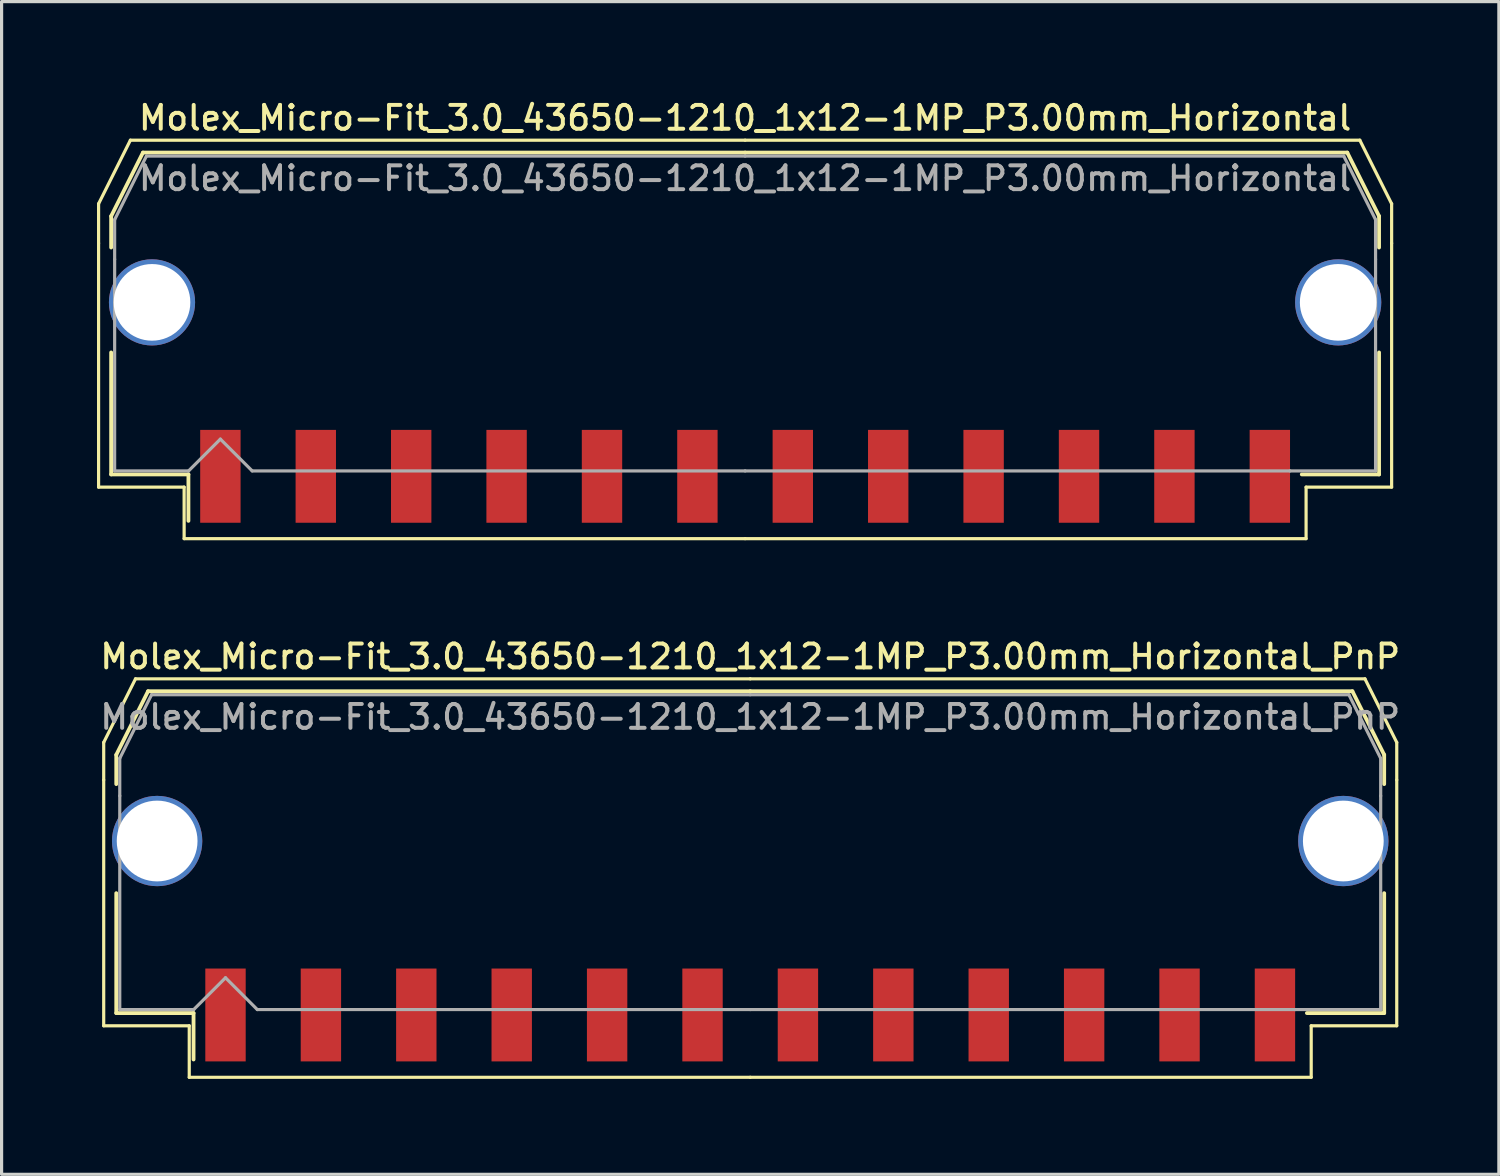
<source format=kicad_pcb>
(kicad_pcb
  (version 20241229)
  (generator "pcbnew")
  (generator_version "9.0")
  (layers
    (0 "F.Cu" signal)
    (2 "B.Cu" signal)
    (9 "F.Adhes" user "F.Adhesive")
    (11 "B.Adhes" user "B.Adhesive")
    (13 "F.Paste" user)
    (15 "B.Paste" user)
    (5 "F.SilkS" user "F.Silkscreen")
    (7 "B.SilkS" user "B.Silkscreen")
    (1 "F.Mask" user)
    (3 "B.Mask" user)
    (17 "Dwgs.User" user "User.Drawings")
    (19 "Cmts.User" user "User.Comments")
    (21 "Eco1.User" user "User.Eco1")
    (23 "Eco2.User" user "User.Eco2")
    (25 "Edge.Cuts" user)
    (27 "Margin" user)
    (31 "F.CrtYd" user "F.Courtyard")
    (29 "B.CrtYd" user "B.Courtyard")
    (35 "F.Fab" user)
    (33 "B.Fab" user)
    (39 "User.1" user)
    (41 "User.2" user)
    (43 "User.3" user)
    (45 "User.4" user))
  (footprint "Molex_Micro-Fit_3.0_43650-1210_1x12-1MP_P3.00mm_Horizontal"
    (layer "F.Cu")
    (at 20.38 6.808)
    (property "Reference" "Molex_Micro-Fit_3.0_43650-1210_1x12-1MP_P3.00mm_Horizontal" (at 0 -6.15 0) (layer "F.SilkS") (effects (font (size 0.75 0.75) (thickness 0.125))))
    (attr smd)
    (fp_line (start -20.33 -3.45) (end -20.33 -2.21) (stroke (width 0.1) (type solid)) (layer "F.SilkS"))
    (fp_line (start -20.33 -2.21) (end -20.33 5.46) (stroke (width 0.1) (type solid)) (layer "F.SilkS"))
    (fp_line (start -20.33 5.46) (end -17.64 5.46) (stroke (width 0.1) (type solid)) (layer "F.SilkS"))
    (fp_line (start -19.935 -3.06) (end -19.935 -2.075) (stroke (width 0.12) (type solid)) (layer "F.SilkS"))
    (fp_line (start -19.935 1.225) (end -19.935 5.06) (stroke (width 0.12) (type solid)) (layer "F.SilkS"))
    (fp_line (start -19.935 5.06) (end -17.505 5.06) (stroke (width 0.12) (type solid)) (layer "F.SilkS"))
    (fp_line (start -19.33 -5.45) (end -20.33 -3.45) (stroke (width 0.1) (type solid)) (layer "F.SilkS"))
    (fp_line (start -18.935 -5.06) (end -19.935 -3.06) (stroke (width 0.12) (type solid)) (layer "F.SilkS"))
    (fp_line (start -17.64 5.46) (end -17.64 7.08) (stroke (width 0.1) (type solid)) (layer "F.SilkS"))
    (fp_line (start -17.64 7.08) (end 0 7.08) (stroke (width 0.1) (type solid)) (layer "F.SilkS"))
    (fp_line (start -17.505 5.06) (end -17.505 6.52) (stroke (width 0.12) (type solid)) (layer "F.SilkS"))
    (fp_line (start 0 -5.45) (end -19.33 -5.45) (stroke (width 0.1) (type solid)) (layer "F.SilkS"))
    (fp_line (start 0 -5.45) (end 19.33 -5.45) (stroke (width 0.1) (type solid)) (layer "F.SilkS"))
    (fp_line (start 0 -5.06) (end -18.935 -5.06) (stroke (width 0.12) (type solid)) (layer "F.SilkS"))
    (fp_line (start 0 -5.06) (end 18.935 -5.06) (stroke (width 0.12) (type solid)) (layer "F.SilkS"))
    (fp_line (start 17.64 5.46) (end 17.64 7.08) (stroke (width 0.1) (type solid)) (layer "F.SilkS"))
    (fp_line (start 17.64 7.08) (end 0 7.08) (stroke (width 0.1) (type solid)) (layer "F.SilkS"))
    (fp_line (start 18.935 -5.06) (end 19.935 -3.06) (stroke (width 0.12) (type solid)) (layer "F.SilkS"))
    (fp_line (start 19.33 -5.45) (end 20.33 -3.45) (stroke (width 0.1) (type solid)) (layer "F.SilkS"))
    (fp_line (start 19.935 -3.06) (end 19.935 -2.075) (stroke (width 0.12) (type solid)) (layer "F.SilkS"))
    (fp_line (start 19.935 1.225) (end 19.935 5.06) (stroke (width 0.12) (type solid)) (layer "F.SilkS"))
    (fp_line (start 19.935 5.06) (end 17.505 5.06) (stroke (width 0.12) (type solid)) (layer "F.SilkS"))
    (fp_line (start 20.33 -3.45) (end 20.33 -2.21) (stroke (width 0.1) (type solid)) (layer "F.SilkS"))
    (fp_line (start 20.33 -2.21) (end 20.33 5.46) (stroke (width 0.1) (type solid)) (layer "F.SilkS"))
    (fp_line (start 20.33 5.46) (end 17.64 5.46) (stroke (width 0.1) (type solid)) (layer "F.SilkS"))
    (fp_line (start -19.825 -2.95) (end -19.825 -1.705) (stroke (width 0.1) (type solid)) (layer "F.Fab"))
    (fp_line (start -19.825 -1.705) (end -19.825 4.95) (stroke (width 0.1) (type solid)) (layer "F.Fab"))
    (fp_line (start -19.825 4.95) (end -17.5 4.95) (stroke (width 0.1) (type solid)) (layer "F.Fab"))
    (fp_line (start -18.825 -4.95) (end -19.825 -2.95) (stroke (width 0.1) (type solid)) (layer "F.Fab"))
    (fp_line (start -17.5 4.95) (end -16.5 3.95) (stroke (width 0.1) (type solid)) (layer "F.Fab"))
    (fp_line (start -16.5 3.95) (end -15.5 4.95) (stroke (width 0.1) (type solid)) (layer "F.Fab"))
    (fp_line (start -15.5 4.95) (end 0 4.95) (stroke (width 0.1) (type solid)) (layer "F.Fab"))
    (fp_line (start 0 -4.95) (end -18.825 -4.95) (stroke (width 0.1) (type solid)) (layer "F.Fab"))
    (fp_line (start 0 -4.95) (end 18.825 -4.95) (stroke (width 0.1) (type solid)) (layer "F.Fab"))
    (fp_line (start 17.135 4.95) (end 0 4.95) (stroke (width 0.1) (type solid)) (layer "F.Fab"))
    (fp_line (start 18.825 -4.95) (end 19.825 -2.95) (stroke (width 0.1) (type solid)) (layer "F.Fab"))
    (fp_line (start 19.825 -2.95) (end 19.825 -1.705) (stroke (width 0.1) (type solid)) (layer "F.Fab"))
    (fp_line (start 19.825 -1.705) (end 19.825 4.95) (stroke (width 0.1) (type solid)) (layer "F.Fab"))
    (fp_line (start 19.825 4.95) (end 17.135 4.95) (stroke (width 0.1) (type solid)) (layer "F.Fab"))
    (fp_text user "${REFERENCE}" (at 0 -4.25 0) (layer "F.Fab") (effects (font (size 0.75 0.75) (thickness 0.125))))
    (pad "1" smd rect (at -16.5 5.12) (size 1.27 2.92) (layers "F.Cu" "F.Mask" "F.Paste"))
    (pad "2" smd rect (at -13.5 5.12) (size 1.27 2.92) (layers "F.Cu" "F.Mask" "F.Paste"))
    (pad "3" smd rect (at -10.5 5.12) (size 1.27 2.92) (layers "F.Cu" "F.Mask" "F.Paste"))
    (pad "4" smd rect (at -7.5 5.12) (size 1.27 2.92) (layers "F.Cu" "F.Mask" "F.Paste"))
    (pad "5" smd rect (at -4.5 5.12) (size 1.27 2.92) (layers "F.Cu" "F.Mask" "F.Paste"))
    (pad "6" smd rect (at -1.5 5.12) (size 1.27 2.92) (layers "F.Cu" "F.Mask" "F.Paste"))
    (pad "7" smd rect (at 1.5 5.12) (size 1.27 2.92) (layers "F.Cu" "F.Mask" "F.Paste"))
    (pad "8" smd rect (at 4.5 5.12) (size 1.27 2.92) (layers "F.Cu" "F.Mask" "F.Paste"))
    (pad "9" smd rect (at 7.5 5.12) (size 1.27 2.92) (layers "F.Cu" "F.Mask" "F.Paste"))
    (pad "10" smd rect (at 10.5 5.12) (size 1.27 2.92) (layers "F.Cu" "F.Mask" "F.Paste"))
    (pad "11" smd rect (at 13.5 5.12) (size 1.27 2.92) (layers "F.Cu" "F.Mask" "F.Paste"))
    (pad "12" smd rect (at 16.5 5.12) (size 1.27 2.92) (layers "F.Cu" "F.Mask" "F.Paste"))
    (pad "MP" thru_hole circle (at -18.65 -0.35) (size 2.71 2.71) (drill 2.41) (property pad_prop_heatsink) (layers "*.Cu" "*.Mask"))
    (pad "MP" thru_hole circle (at 18.65 -0.35) (size 2.71 2.71) (drill 2.41) (property pad_prop_heatsink) (layers "*.Cu" "*.Mask")))
  (footprint "Molex_Micro-Fit_3.0_43650-1210_1x12-1MP_P3.00mm_Horizontal_PnP"
    (layer "F.Cu")
    (at 20.541 23.746)
    (property "Reference" "Molex_Micro-Fit_3.0_43650-1210_1x12-1MP_P3.00mm_Horizontal_PnP" (at 0 -6.15 0) (layer "F.SilkS") (effects (font (size 0.75 0.75) (thickness 0.125))))
    (attr smd)
    (fp_line (start -20.33 -3.45) (end -20.33 -2.27) (stroke (width 0.1) (type solid)) (layer "F.SilkS"))
    (fp_line (start -20.33 -2.27) (end -20.33 5.46) (stroke (width 0.1) (type solid)) (layer "F.SilkS"))
    (fp_line (start -20.33 5.46) (end -17.64 5.46) (stroke (width 0.1) (type solid)) (layer "F.SilkS"))
    (fp_line (start -19.935 -3.06) (end -19.935 -2.14) (stroke (width 0.12) (type solid)) (layer "F.SilkS"))
    (fp_line (start -19.935 1.29) (end -19.935 5.06) (stroke (width 0.12) (type solid)) (layer "F.SilkS"))
    (fp_line (start -19.935 5.06) (end -17.505 5.06) (stroke (width 0.12) (type solid)) (layer "F.SilkS"))
    (fp_line (start -19.33 -5.45) (end -20.33 -3.45) (stroke (width 0.1) (type solid)) (layer "F.SilkS"))
    (fp_line (start -18.935 -5.06) (end -19.935 -3.06) (stroke (width 0.12) (type solid)) (layer "F.SilkS"))
    (fp_line (start -17.64 5.46) (end -17.64 7.08) (stroke (width 0.1) (type solid)) (layer "F.SilkS"))
    (fp_line (start -17.64 7.08) (end 0 7.08) (stroke (width 0.1) (type solid)) (layer "F.SilkS"))
    (fp_line (start -17.505 5.06) (end -17.505 6.52) (stroke (width 0.12) (type solid)) (layer "F.SilkS"))
    (fp_line (start 0 -5.45) (end -19.33 -5.45) (stroke (width 0.1) (type solid)) (layer "F.SilkS"))
    (fp_line (start 0 -5.45) (end 19.33 -5.45) (stroke (width 0.1) (type solid)) (layer "F.SilkS"))
    (fp_line (start 0 -5.06) (end -18.935 -5.06) (stroke (width 0.12) (type solid)) (layer "F.SilkS"))
    (fp_line (start 0 -5.06) (end 18.935 -5.06) (stroke (width 0.12) (type solid)) (layer "F.SilkS"))
    (fp_line (start 17.64 5.46) (end 17.64 7.08) (stroke (width 0.1) (type solid)) (layer "F.SilkS"))
    (fp_line (start 17.64 7.08) (end 0 7.08) (stroke (width 0.1) (type solid)) (layer "F.SilkS"))
    (fp_line (start 18.935 -5.06) (end 19.935 -3.06) (stroke (width 0.12) (type solid)) (layer "F.SilkS"))
    (fp_line (start 19.33 -5.45) (end 20.33 -3.45) (stroke (width 0.1) (type solid)) (layer "F.SilkS"))
    (fp_line (start 19.935 -3.06) (end 19.935 -2.14) (stroke (width 0.12) (type solid)) (layer "F.SilkS"))
    (fp_line (start 19.935 1.29) (end 19.935 5.06) (stroke (width 0.12) (type solid)) (layer "F.SilkS"))
    (fp_line (start 19.935 5.06) (end 17.505 5.06) (stroke (width 0.12) (type solid)) (layer "F.SilkS"))
    (fp_line (start 20.33 -3.45) (end 20.33 -2.27) (stroke (width 0.1) (type solid)) (layer "F.SilkS"))
    (fp_line (start 20.33 -2.27) (end 20.33 5.46) (stroke (width 0.1) (type solid)) (layer "F.SilkS"))
    (fp_line (start 20.33 5.46) (end 17.64 5.46) (stroke (width 0.1) (type solid)) (layer "F.SilkS"))
    (fp_line (start -19.825 -2.95) (end -19.825 -1.77) (stroke (width 0.1) (type solid)) (layer "F.Fab"))
    (fp_line (start -19.825 -1.77) (end -19.825 4.95) (stroke (width 0.1) (type solid)) (layer "F.Fab"))
    (fp_line (start -19.825 4.95) (end -17.5 4.95) (stroke (width 0.1) (type solid)) (layer "F.Fab"))
    (fp_line (start -18.825 -4.95) (end -19.825 -2.95) (stroke (width 0.1) (type solid)) (layer "F.Fab"))
    (fp_line (start -17.5 4.95) (end -16.5 3.95) (stroke (width 0.1) (type solid)) (layer "F.Fab"))
    (fp_line (start -16.5 3.95) (end -15.5 4.95) (stroke (width 0.1) (type solid)) (layer "F.Fab"))
    (fp_line (start -15.5 4.95) (end 0 4.95) (stroke (width 0.1) (type solid)) (layer "F.Fab"))
    (fp_line (start 0 -4.95) (end -18.825 -4.95) (stroke (width 0.1) (type solid)) (layer "F.Fab"))
    (fp_line (start 0 -4.95) (end 18.825 -4.95) (stroke (width 0.1) (type solid)) (layer "F.Fab"))
    (fp_line (start 17.135 4.95) (end 0 4.95) (stroke (width 0.1) (type solid)) (layer "F.Fab"))
    (fp_line (start 18.825 -4.95) (end 19.825 -2.95) (stroke (width 0.1) (type solid)) (layer "F.Fab"))
    (fp_line (start 19.825 -2.95) (end 19.825 -1.77) (stroke (width 0.1) (type solid)) (layer "F.Fab"))
    (fp_line (start 19.825 -1.77) (end 19.825 4.95) (stroke (width 0.1) (type solid)) (layer "F.Fab"))
    (fp_line (start 19.825 4.95) (end 17.135 4.95) (stroke (width 0.1) (type solid)) (layer "F.Fab"))
    (fp_text user "${REFERENCE}" (at 0 -4.25 0) (layer "F.Fab") (effects (font (size 0.75 0.75) (thickness 0.125))))
    (pad "1" smd rect (at -16.5 5.12) (size 1.27 2.92) (layers "F.Cu" "F.Mask" "F.Paste"))
    (pad "2" smd rect (at -13.5 5.12) (size 1.27 2.92) (layers "F.Cu" "F.Mask" "F.Paste"))
    (pad "3" smd rect (at -10.5 5.12) (size 1.27 2.92) (layers "F.Cu" "F.Mask" "F.Paste"))
    (pad "4" smd rect (at -7.5 5.12) (size 1.27 2.92) (layers "F.Cu" "F.Mask" "F.Paste"))
    (pad "5" smd rect (at -4.5 5.12) (size 1.27 2.92) (layers "F.Cu" "F.Mask" "F.Paste"))
    (pad "6" smd rect (at -1.5 5.12) (size 1.27 2.92) (layers "F.Cu" "F.Mask" "F.Paste"))
    (pad "7" smd rect (at 1.5 5.12) (size 1.27 2.92) (layers "F.Cu" "F.Mask" "F.Paste"))
    (pad "8" smd rect (at 4.5 5.12) (size 1.27 2.92) (layers "F.Cu" "F.Mask" "F.Paste"))
    (pad "9" smd rect (at 7.5 5.12) (size 1.27 2.92) (layers "F.Cu" "F.Mask" "F.Paste"))
    (pad "10" smd rect (at 10.5 5.12) (size 1.27 2.92) (layers "F.Cu" "F.Mask" "F.Paste"))
    (pad "11" smd rect (at 13.5 5.12) (size 1.27 2.92) (layers "F.Cu" "F.Mask" "F.Paste"))
    (pad "12" smd rect (at 16.5 5.12) (size 1.27 2.92) (layers "F.Cu" "F.Mask" "F.Paste"))
    (pad "MP" thru_hole circle (at -18.65 -0.35) (size 2.84 2.84) (drill 2.54) (property pad_prop_heatsink) (layers "*.Cu" "*.Mask"))
    (pad "MP" thru_hole circle (at 18.65 -0.35) (size 2.84 2.84) (drill 2.54) (property pad_prop_heatsink) (layers "*.Cu" "*.Mask")))
  (gr_rect
    (start -3 -3)
    (end 44.082 33.876)
    (stroke (width 0.1) (type default))
    (fill no)
    (layer "Edge.Cuts")))
</source>
